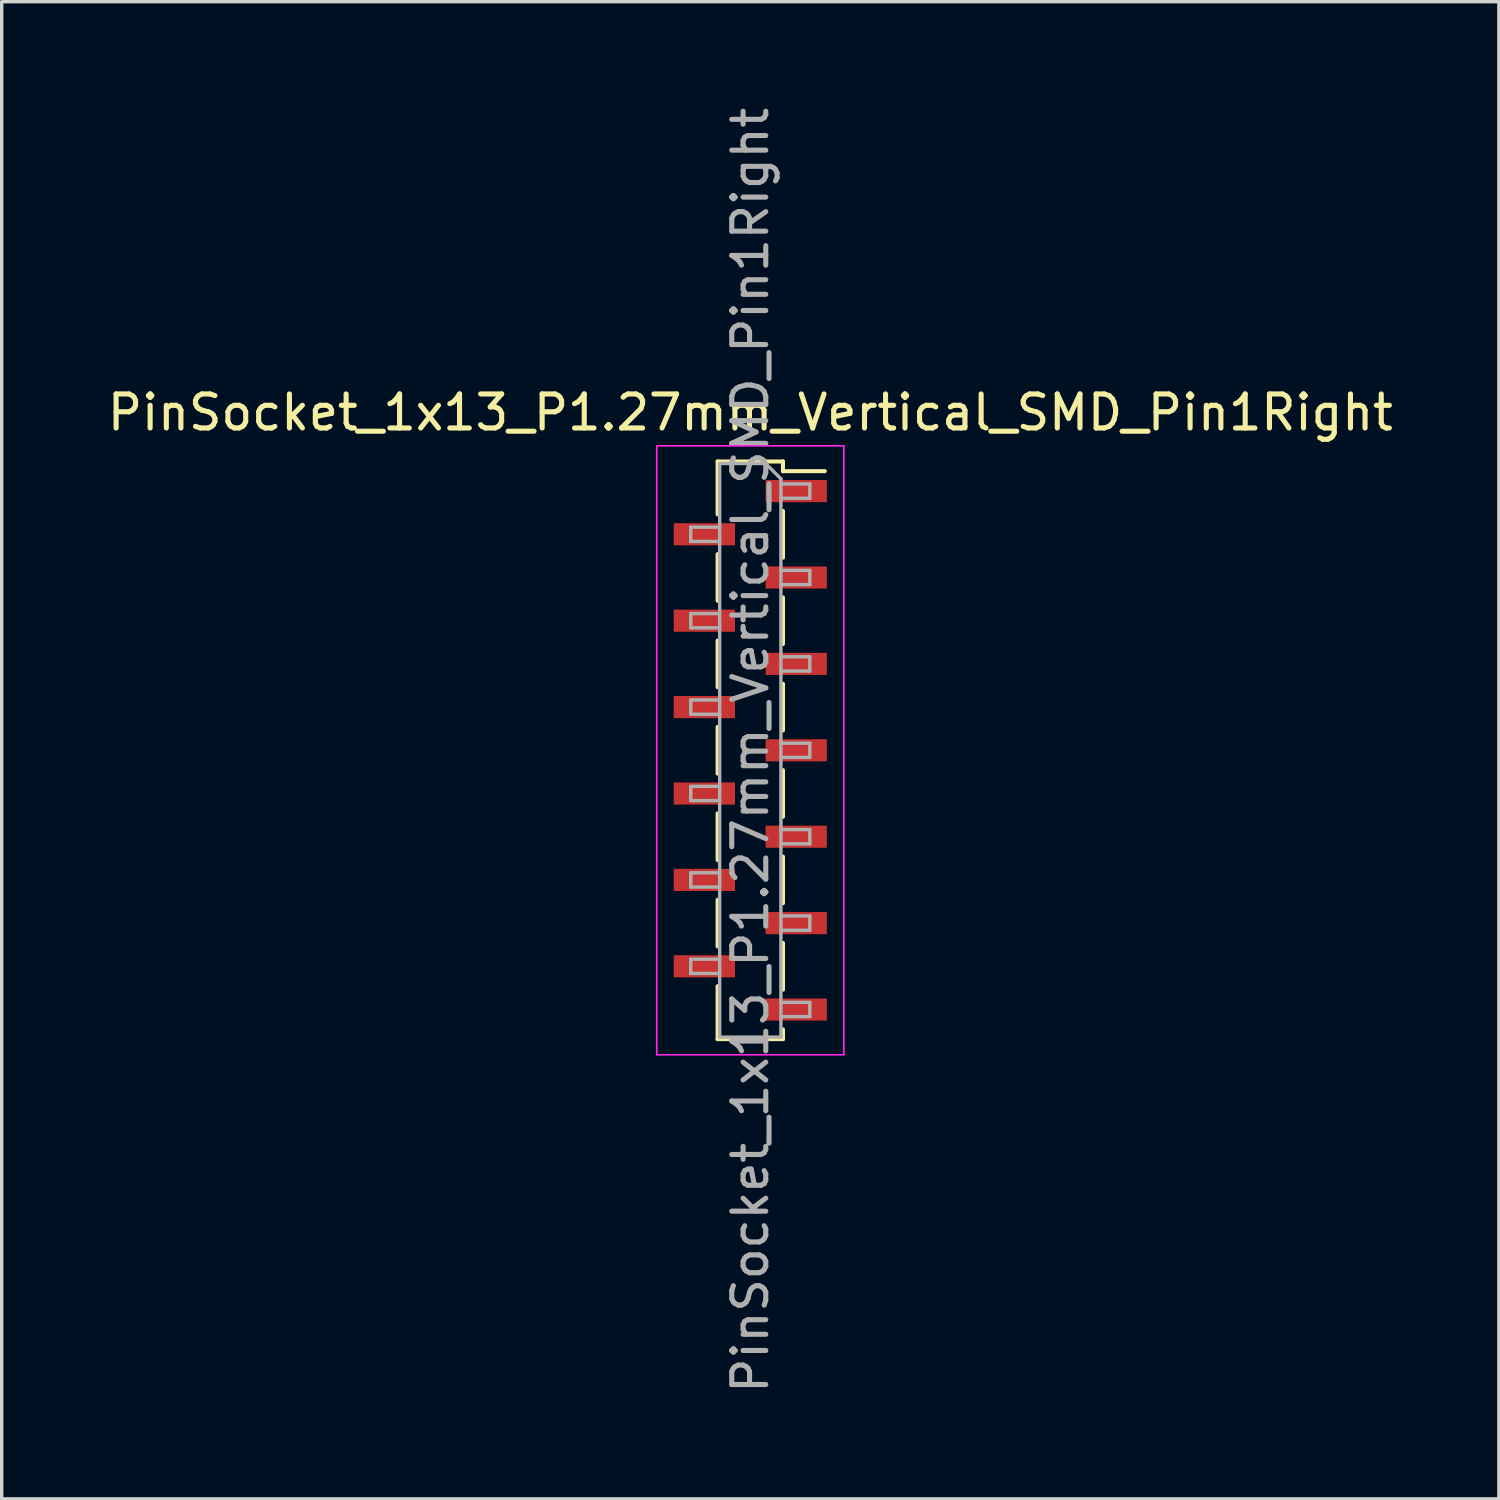
<source format=kicad_pcb>
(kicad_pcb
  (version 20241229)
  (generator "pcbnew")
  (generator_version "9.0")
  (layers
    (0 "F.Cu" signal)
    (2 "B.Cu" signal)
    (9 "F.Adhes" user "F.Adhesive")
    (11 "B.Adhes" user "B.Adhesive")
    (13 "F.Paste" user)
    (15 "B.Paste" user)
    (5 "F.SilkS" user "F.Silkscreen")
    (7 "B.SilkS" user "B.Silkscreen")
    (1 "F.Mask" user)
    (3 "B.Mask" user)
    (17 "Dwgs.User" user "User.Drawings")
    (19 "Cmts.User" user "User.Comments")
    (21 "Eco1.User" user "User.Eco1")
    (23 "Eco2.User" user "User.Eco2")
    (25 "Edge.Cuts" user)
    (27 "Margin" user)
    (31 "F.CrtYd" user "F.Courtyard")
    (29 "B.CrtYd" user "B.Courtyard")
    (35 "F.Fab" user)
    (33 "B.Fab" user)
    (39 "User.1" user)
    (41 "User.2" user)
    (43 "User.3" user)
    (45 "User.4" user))
  (footprint "PinSocket_1x13_P1.27mm_Vertical_SMD_Pin1Right"
    (layer "F.Cu")
    (at 19.006 19.006)
    (property "Reference" "PinSocket_1x13_P1.27mm_Vertical_SMD_Pin1Right" (at 0 -9.93 0) (layer "F.SilkS") (effects (font (size 1 1) (thickness 0.15))))
    (attr smd)
    (fp_line (start -0.96 -8.49) (end -0.96 -6.935) (stroke (width 0.12) (type solid)) (layer "F.SilkS"))
    (fp_line (start -0.96 -8.49) (end 0.96 -8.49) (stroke (width 0.12) (type solid)) (layer "F.SilkS"))
    (fp_line (start -0.96 -5.765) (end -0.96 -4.395) (stroke (width 0.12) (type solid)) (layer "F.SilkS"))
    (fp_line (start -0.96 -3.225) (end -0.96 -1.855) (stroke (width 0.12) (type solid)) (layer "F.SilkS"))
    (fp_line (start -0.96 -0.685) (end -0.96 0.685) (stroke (width 0.12) (type solid)) (layer "F.SilkS"))
    (fp_line (start -0.96 1.855) (end -0.96 3.225) (stroke (width 0.12) (type solid)) (layer "F.SilkS"))
    (fp_line (start -0.96 4.395) (end -0.96 5.765) (stroke (width 0.12) (type solid)) (layer "F.SilkS"))
    (fp_line (start -0.96 6.935) (end -0.96 8.49) (stroke (width 0.12) (type solid)) (layer "F.SilkS"))
    (fp_line (start -0.96 8.49) (end 0.96 8.49) (stroke (width 0.12) (type solid)) (layer "F.SilkS"))
    (fp_line (start 0.96 -8.49) (end 0.96 -8.205) (stroke (width 0.12) (type solid)) (layer "F.SilkS"))
    (fp_line (start 0.96 -8.205) (end 2.19 -8.205) (stroke (width 0.12) (type solid)) (layer "F.SilkS"))
    (fp_line (start 0.96 -7.035) (end 0.96 -5.665) (stroke (width 0.12) (type solid)) (layer "F.SilkS"))
    (fp_line (start 0.96 -4.495) (end 0.96 -3.125) (stroke (width 0.12) (type solid)) (layer "F.SilkS"))
    (fp_line (start 0.96 -1.955) (end 0.96 -0.585) (stroke (width 0.12) (type solid)) (layer "F.SilkS"))
    (fp_line (start 0.96 0.585) (end 0.96 1.955) (stroke (width 0.12) (type solid)) (layer "F.SilkS"))
    (fp_line (start 0.96 3.125) (end 0.96 4.495) (stroke (width 0.12) (type solid)) (layer "F.SilkS"))
    (fp_line (start 0.96 5.665) (end 0.96 7.035) (stroke (width 0.12) (type solid)) (layer "F.SilkS"))
    (fp_line (start 0.96 8.205) (end 0.96 8.49) (stroke (width 0.12) (type solid)) (layer "F.SilkS"))
    (fp_line (start -2.75 -8.95) (end 2.75 -8.95) (stroke (width 0.05) (type solid)) (layer "F.CrtYd"))
    (fp_line (start -2.75 8.95) (end -2.75 -8.95) (stroke (width 0.05) (type solid)) (layer "F.CrtYd"))
    (fp_line (start 2.75 -8.95) (end 2.75 8.95) (stroke (width 0.05) (type solid)) (layer "F.CrtYd"))
    (fp_line (start 2.75 8.95) (end -2.75 8.95) (stroke (width 0.05) (type solid)) (layer "F.CrtYd"))
    (fp_line (start -1.75 -6.56) (end -0.9 -6.56) (stroke (width 0.1) (type solid)) (layer "F.Fab"))
    (fp_line (start -1.75 -6.14) (end -1.75 -6.56) (stroke (width 0.1) (type solid)) (layer "F.Fab"))
    (fp_line (start -1.75 -4.02) (end -0.9 -4.02) (stroke (width 0.1) (type solid)) (layer "F.Fab"))
    (fp_line (start -1.75 -3.6) (end -1.75 -4.02) (stroke (width 0.1) (type solid)) (layer "F.Fab"))
    (fp_line (start -1.75 -1.48) (end -0.9 -1.48) (stroke (width 0.1) (type solid)) (layer "F.Fab"))
    (fp_line (start -1.75 -1.06) (end -1.75 -1.48) (stroke (width 0.1) (type solid)) (layer "F.Fab"))
    (fp_line (start -1.75 1.06) (end -0.9 1.06) (stroke (width 0.1) (type solid)) (layer "F.Fab"))
    (fp_line (start -1.75 1.48) (end -1.75 1.06) (stroke (width 0.1) (type solid)) (layer "F.Fab"))
    (fp_line (start -1.75 3.6) (end -0.9 3.6) (stroke (width 0.1) (type solid)) (layer "F.Fab"))
    (fp_line (start -1.75 4.02) (end -1.75 3.6) (stroke (width 0.1) (type solid)) (layer "F.Fab"))
    (fp_line (start -1.75 6.14) (end -0.9 6.14) (stroke (width 0.1) (type solid)) (layer "F.Fab"))
    (fp_line (start -1.75 6.56) (end -1.75 6.14) (stroke (width 0.1) (type solid)) (layer "F.Fab"))
    (fp_line (start -0.9 -8.43) (end 0.45 -8.43) (stroke (width 0.1) (type solid)) (layer "F.Fab"))
    (fp_line (start -0.9 -6.14) (end -1.75 -6.14) (stroke (width 0.1) (type solid)) (layer "F.Fab"))
    (fp_line (start -0.9 -3.6) (end -1.75 -3.6) (stroke (width 0.1) (type solid)) (layer "F.Fab"))
    (fp_line (start -0.9 -1.06) (end -1.75 -1.06) (stroke (width 0.1) (type solid)) (layer "F.Fab"))
    (fp_line (start -0.9 1.48) (end -1.75 1.48) (stroke (width 0.1) (type solid)) (layer "F.Fab"))
    (fp_line (start -0.9 4.02) (end -1.75 4.02) (stroke (width 0.1) (type solid)) (layer "F.Fab"))
    (fp_line (start -0.9 6.56) (end -1.75 6.56) (stroke (width 0.1) (type solid)) (layer "F.Fab"))
    (fp_line (start -0.9 8.43) (end -0.9 -8.43) (stroke (width 0.1) (type solid)) (layer "F.Fab"))
    (fp_line (start 0.45 -8.43) (end 0.9 -7.98) (stroke (width 0.1) (type solid)) (layer "F.Fab"))
    (fp_line (start 0.9 -7.98) (end 0.9 8.43) (stroke (width 0.1) (type solid)) (layer "F.Fab"))
    (fp_line (start 0.9 -7.83) (end 1.75 -7.83) (stroke (width 0.1) (type solid)) (layer "F.Fab"))
    (fp_line (start 0.9 -5.29) (end 1.75 -5.29) (stroke (width 0.1) (type solid)) (layer "F.Fab"))
    (fp_line (start 0.9 -2.75) (end 1.75 -2.75) (stroke (width 0.1) (type solid)) (layer "F.Fab"))
    (fp_line (start 0.9 -0.21) (end 1.75 -0.21) (stroke (width 0.1) (type solid)) (layer "F.Fab"))
    (fp_line (start 0.9 2.33) (end 1.75 2.33) (stroke (width 0.1) (type solid)) (layer "F.Fab"))
    (fp_line (start 0.9 4.87) (end 1.75 4.87) (stroke (width 0.1) (type solid)) (layer "F.Fab"))
    (fp_line (start 0.9 7.41) (end 1.75 7.41) (stroke (width 0.1) (type solid)) (layer "F.Fab"))
    (fp_line (start 0.9 8.43) (end -0.9 8.43) (stroke (width 0.1) (type solid)) (layer "F.Fab"))
    (fp_line (start 1.75 -7.83) (end 1.75 -7.41) (stroke (width 0.1) (type solid)) (layer "F.Fab"))
    (fp_line (start 1.75 -7.41) (end 0.9 -7.41) (stroke (width 0.1) (type solid)) (layer "F.Fab"))
    (fp_line (start 1.75 -5.29) (end 1.75 -4.87) (stroke (width 0.1) (type solid)) (layer "F.Fab"))
    (fp_line (start 1.75 -4.87) (end 0.9 -4.87) (stroke (width 0.1) (type solid)) (layer "F.Fab"))
    (fp_line (start 1.75 -2.75) (end 1.75 -2.33) (stroke (width 0.1) (type solid)) (layer "F.Fab"))
    (fp_line (start 1.75 -2.33) (end 0.9 -2.33) (stroke (width 0.1) (type solid)) (layer "F.Fab"))
    (fp_line (start 1.75 -0.21) (end 1.75 0.21) (stroke (width 0.1) (type solid)) (layer "F.Fab"))
    (fp_line (start 1.75 0.21) (end 0.9 0.21) (stroke (width 0.1) (type solid)) (layer "F.Fab"))
    (fp_line (start 1.75 2.33) (end 1.75 2.75) (stroke (width 0.1) (type solid)) (layer "F.Fab"))
    (fp_line (start 1.75 2.75) (end 0.9 2.75) (stroke (width 0.1) (type solid)) (layer "F.Fab"))
    (fp_line (start 1.75 4.87) (end 1.75 5.29) (stroke (width 0.1) (type solid)) (layer "F.Fab"))
    (fp_line (start 1.75 5.29) (end 0.9 5.29) (stroke (width 0.1) (type solid)) (layer "F.Fab"))
    (fp_line (start 1.75 7.41) (end 1.75 7.83) (stroke (width 0.1) (type solid)) (layer "F.Fab"))
    (fp_line (start 1.75 7.83) (end 0.9 7.83) (stroke (width 0.1) (type solid)) (layer "F.Fab"))
    (fp_text user "${REFERENCE}" (at 0 0 90) (layer "F.Fab") (effects (font (size 1 1) (thickness 0.15))))
    (pad "1" smd rect (at 1.35 -7.62) (size 1.8 0.65) (layers "F.Cu" "F.Mask" "F.Paste"))
    (pad "2" smd rect (at -1.35 -6.35) (size 1.8 0.65) (layers "F.Cu" "F.Mask" "F.Paste"))
    (pad "3" smd rect (at 1.35 -5.08) (size 1.8 0.65) (layers "F.Cu" "F.Mask" "F.Paste"))
    (pad "4" smd rect (at -1.35 -3.81) (size 1.8 0.65) (layers "F.Cu" "F.Mask" "F.Paste"))
    (pad "5" smd rect (at 1.35 -2.54) (size 1.8 0.65) (layers "F.Cu" "F.Mask" "F.Paste"))
    (pad "6" smd rect (at -1.35 -1.27) (size 1.8 0.65) (layers "F.Cu" "F.Mask" "F.Paste"))
    (pad "7" smd rect (at 1.35 0) (size 1.8 0.65) (layers "F.Cu" "F.Mask" "F.Paste"))
    (pad "8" smd rect (at -1.35 1.27) (size 1.8 0.65) (layers "F.Cu" "F.Mask" "F.Paste"))
    (pad "9" smd rect (at 1.35 2.54) (size 1.8 0.65) (layers "F.Cu" "F.Mask" "F.Paste"))
    (pad "10" smd rect (at -1.35 3.81) (size 1.8 0.65) (layers "F.Cu" "F.Mask" "F.Paste"))
    (pad "11" smd rect (at 1.35 5.08) (size 1.8 0.65) (layers "F.Cu" "F.Mask" "F.Paste"))
    (pad "12" smd rect (at -1.35 6.35) (size 1.8 0.65) (layers "F.Cu" "F.Mask" "F.Paste"))
    (pad "13" smd rect (at 1.35 7.62) (size 1.8 0.65) (layers "F.Cu" "F.Mask" "F.Paste")))
  (gr_rect
    (start -3 -3)
    (end 41.012 41.012)
    (stroke (width 0.1) (type default))
    (fill no)
    (layer "Edge.Cuts")))
</source>
